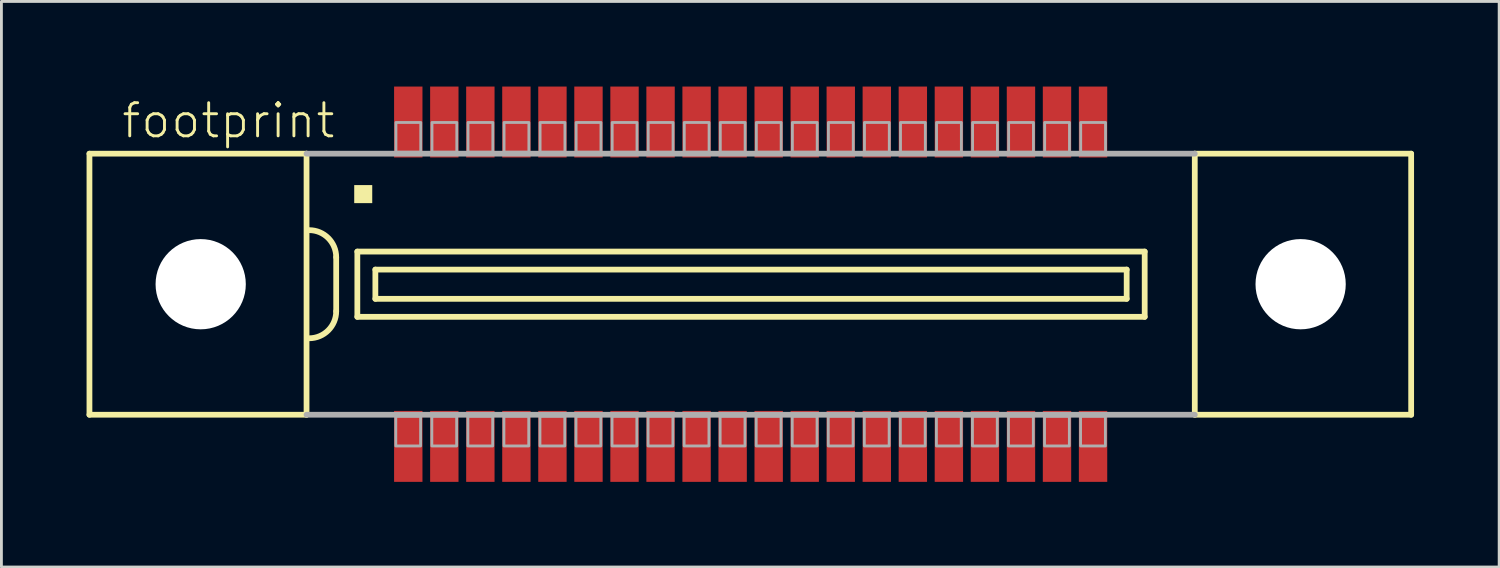
<source format=kicad_pcb>
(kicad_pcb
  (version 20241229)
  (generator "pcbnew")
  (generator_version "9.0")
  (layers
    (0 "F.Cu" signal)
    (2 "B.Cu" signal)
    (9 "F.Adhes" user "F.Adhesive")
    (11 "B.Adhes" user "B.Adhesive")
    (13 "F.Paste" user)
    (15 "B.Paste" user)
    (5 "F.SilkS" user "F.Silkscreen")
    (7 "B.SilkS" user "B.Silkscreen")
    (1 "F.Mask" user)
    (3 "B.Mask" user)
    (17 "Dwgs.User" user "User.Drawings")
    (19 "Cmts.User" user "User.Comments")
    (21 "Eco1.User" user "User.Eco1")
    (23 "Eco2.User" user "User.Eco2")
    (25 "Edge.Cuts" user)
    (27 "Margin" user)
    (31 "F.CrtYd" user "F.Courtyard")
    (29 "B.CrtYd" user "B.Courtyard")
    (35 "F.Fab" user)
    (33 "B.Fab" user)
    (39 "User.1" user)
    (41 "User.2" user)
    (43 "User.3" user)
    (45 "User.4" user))
  (footprint "footprint"
    (layer "F.Cu")
    (at 23.402 6.965)
    (property "Reference" "footprint" (at -22.225 -5.08 0) (layer "F.SilkS") (effects (font (size 1.168 1.168) (thickness 0.102)) (justify left bottom)))
    (fp_line (start -23.3 -4.6) (end -23.3 4.6) (stroke (width 0.203) (type solid)) (layer "F.SilkS"))
    (fp_line (start -23.3 4.6) (end -15.65 4.6) (stroke (width 0.203) (type solid)) (layer "F.SilkS"))
    (fp_line (start -15.65 -4.6) (end -23.3 -4.6) (stroke (width 0.203) (type solid)) (layer "F.SilkS"))
    (fp_line (start -15.65 -4.6) (end -15.65 4.6) (stroke (width 0.203) (type solid)) (layer "F.SilkS"))
    (fp_line (start -14.605 -0.953) (end -14.605 0.953) (stroke (width 0.203) (type solid)) (layer "F.SilkS"))
    (fp_line (start -13.86 -1.15) (end -13.86 1.15) (stroke (width 0.203) (type solid)) (layer "F.SilkS"))
    (fp_line (start -13.86 1.15) (end 13.885 1.15) (stroke (width 0.203) (type solid)) (layer "F.SilkS"))
    (fp_line (start -13.225 -0.515) (end -13.225 0.515) (stroke (width 0.203) (type solid)) (layer "F.SilkS"))
    (fp_line (start -13.225 0.515) (end 13.25 0.515) (stroke (width 0.203) (type solid)) (layer "F.SilkS"))
    (fp_line (start 13.25 -0.515) (end -13.225 -0.515) (stroke (width 0.203) (type solid)) (layer "F.SilkS"))
    (fp_line (start 13.25 0.515) (end 13.25 -0.515) (stroke (width 0.203) (type solid)) (layer "F.SilkS"))
    (fp_line (start 13.885 -1.15) (end -13.86 -1.15) (stroke (width 0.203) (type solid)) (layer "F.SilkS"))
    (fp_line (start 13.885 1.15) (end 13.885 -1.15) (stroke (width 0.203) (type solid)) (layer "F.SilkS"))
    (fp_line (start 15.65 4.6) (end 15.65 -4.6) (stroke (width 0.203) (type solid)) (layer "F.SilkS"))
    (fp_line (start 15.65 4.6) (end 23.275 4.6) (stroke (width 0.203) (type solid)) (layer "F.SilkS"))
    (fp_line (start 23.275 -4.6) (end 15.65 -4.6) (stroke (width 0.203) (type solid)) (layer "F.SilkS"))
    (fp_line (start 23.275 4.6) (end 23.275 -4.6) (stroke (width 0.203) (type solid)) (layer "F.SilkS"))
    (fp_arc (start -15.5575 -1.905) (mid -14.883981 -1.626019) (end -14.605 -0.9525) (stroke (width 0.2032) (type solid)) (layer "F.SilkS"))
    (fp_arc (start -14.605 0.9525) (mid -14.88401 1.625989) (end -15.557499 1.904999) (stroke (width 0.2032) (type solid)) (layer "F.SilkS"))
    (fp_poly (pts (xy -13.97 -2.857) (xy -13.335 -2.857) (xy -13.335 -3.493) (xy -13.97 -3.493)) (stroke (width 0) (type solid)) (fill yes) (layer "F.SilkS"))
    (fp_line (start -15.65 4.6) (end 15.65 4.6) (stroke (width 0.203) (type solid)) (layer "F.Fab"))
    (fp_line (start 15.65 -4.6) (end -15.65 -4.6) (stroke (width 0.203) (type solid)) (layer "F.Fab"))
    (fp_poly (pts (xy -12.5 -4.65) (xy -11.625 -4.65) (xy -11.625 -5.7) (xy -12.5 -5.7)) (stroke (width 0.1) (type solid)) (fill no) (layer "F.Fab"))
    (fp_poly (pts (xy -11.63 4.65) (xy -12.505 4.65) (xy -12.505 5.7) (xy -11.63 5.7)) (stroke (width 0.1) (type solid)) (fill no) (layer "F.Fab"))
    (fp_poly (pts (xy -11.23 -4.65) (xy -10.355 -4.65) (xy -10.355 -5.7) (xy -11.23 -5.7)) (stroke (width 0.1) (type solid)) (fill no) (layer "F.Fab"))
    (fp_poly (pts (xy -10.36 4.65) (xy -11.235 4.65) (xy -11.235 5.7) (xy -10.36 5.7)) (stroke (width 0.1) (type solid)) (fill no) (layer "F.Fab"))
    (fp_poly (pts (xy -9.96 -4.65) (xy -9.085 -4.65) (xy -9.085 -5.7) (xy -9.96 -5.7)) (stroke (width 0.1) (type solid)) (fill no) (layer "F.Fab"))
    (fp_poly (pts (xy -9.09 4.65) (xy -9.965 4.65) (xy -9.965 5.7) (xy -9.09 5.7)) (stroke (width 0.1) (type solid)) (fill no) (layer "F.Fab"))
    (fp_poly (pts (xy -8.69 -4.65) (xy -7.815 -4.65) (xy -7.815 -5.7) (xy -8.69 -5.7)) (stroke (width 0.1) (type solid)) (fill no) (layer "F.Fab"))
    (fp_poly (pts (xy -7.82 4.65) (xy -8.695 4.65) (xy -8.695 5.7) (xy -7.82 5.7)) (stroke (width 0.1) (type solid)) (fill no) (layer "F.Fab"))
    (fp_poly (pts (xy -7.42 -4.65) (xy -6.545 -4.65) (xy -6.545 -5.7) (xy -7.42 -5.7)) (stroke (width 0.1) (type solid)) (fill no) (layer "F.Fab"))
    (fp_poly (pts (xy -6.55 4.65) (xy -7.425 4.65) (xy -7.425 5.7) (xy -6.55 5.7)) (stroke (width 0.1) (type solid)) (fill no) (layer "F.Fab"))
    (fp_poly (pts (xy -6.15 -4.65) (xy -5.275 -4.65) (xy -5.275 -5.7) (xy -6.15 -5.7)) (stroke (width 0.1) (type solid)) (fill no) (layer "F.Fab"))
    (fp_poly (pts (xy -5.28 4.65) (xy -6.155 4.65) (xy -6.155 5.7) (xy -5.28 5.7)) (stroke (width 0.1) (type solid)) (fill no) (layer "F.Fab"))
    (fp_poly (pts (xy -4.88 -4.65) (xy -4.005 -4.65) (xy -4.005 -5.7) (xy -4.88 -5.7)) (stroke (width 0.1) (type solid)) (fill no) (layer "F.Fab"))
    (fp_poly (pts (xy -4.01 4.65) (xy -4.885 4.65) (xy -4.885 5.7) (xy -4.01 5.7)) (stroke (width 0.1) (type solid)) (fill no) (layer "F.Fab"))
    (fp_poly (pts (xy -3.61 -4.65) (xy -2.735 -4.65) (xy -2.735 -5.7) (xy -3.61 -5.7)) (stroke (width 0.1) (type solid)) (fill no) (layer "F.Fab"))
    (fp_poly (pts (xy -2.74 4.65) (xy -3.615 4.65) (xy -3.615 5.7) (xy -2.74 5.7)) (stroke (width 0.1) (type solid)) (fill no) (layer "F.Fab"))
    (fp_poly (pts (xy -2.34 -4.65) (xy -1.465 -4.65) (xy -1.465 -5.7) (xy -2.34 -5.7)) (stroke (width 0.1) (type solid)) (fill no) (layer "F.Fab"))
    (fp_poly (pts (xy -1.47 4.65) (xy -2.345 4.65) (xy -2.345 5.7) (xy -1.47 5.7)) (stroke (width 0.1) (type solid)) (fill no) (layer "F.Fab"))
    (fp_poly (pts (xy -1.07 -4.65) (xy -0.195 -4.65) (xy -0.195 -5.7) (xy -1.07 -5.7)) (stroke (width 0.1) (type solid)) (fill no) (layer "F.Fab"))
    (fp_poly (pts (xy -0.2 4.65) (xy -1.075 4.65) (xy -1.075 5.7) (xy -0.2 5.7)) (stroke (width 0.1) (type solid)) (fill no) (layer "F.Fab"))
    (fp_poly (pts (xy 0.2 -4.65) (xy 1.075 -4.65) (xy 1.075 -5.7) (xy 0.2 -5.7)) (stroke (width 0.1) (type solid)) (fill no) (layer "F.Fab"))
    (fp_poly (pts (xy 1.07 4.65) (xy 0.195 4.65) (xy 0.195 5.7) (xy 1.07 5.7)) (stroke (width 0.1) (type solid)) (fill no) (layer "F.Fab"))
    (fp_poly (pts (xy 1.47 -4.65) (xy 2.345 -4.65) (xy 2.345 -5.7) (xy 1.47 -5.7)) (stroke (width 0.1) (type solid)) (fill no) (layer "F.Fab"))
    (fp_poly (pts (xy 2.34 4.65) (xy 1.465 4.65) (xy 1.465 5.7) (xy 2.34 5.7)) (stroke (width 0.1) (type solid)) (fill no) (layer "F.Fab"))
    (fp_poly (pts (xy 2.74 -4.65) (xy 3.615 -4.65) (xy 3.615 -5.7) (xy 2.74 -5.7)) (stroke (width 0.1) (type solid)) (fill no) (layer "F.Fab"))
    (fp_poly (pts (xy 3.61 4.65) (xy 2.735 4.65) (xy 2.735 5.7) (xy 3.61 5.7)) (stroke (width 0.1) (type solid)) (fill no) (layer "F.Fab"))
    (fp_poly (pts (xy 4.01 -4.65) (xy 4.885 -4.65) (xy 4.885 -5.7) (xy 4.01 -5.7)) (stroke (width 0.1) (type solid)) (fill no) (layer "F.Fab"))
    (fp_poly (pts (xy 4.88 4.65) (xy 4.005 4.65) (xy 4.005 5.7) (xy 4.88 5.7)) (stroke (width 0.1) (type solid)) (fill no) (layer "F.Fab"))
    (fp_poly (pts (xy 5.28 -4.65) (xy 6.155 -4.65) (xy 6.155 -5.7) (xy 5.28 -5.7)) (stroke (width 0.1) (type solid)) (fill no) (layer "F.Fab"))
    (fp_poly (pts (xy 6.15 4.65) (xy 5.275 4.65) (xy 5.275 5.7) (xy 6.15 5.7)) (stroke (width 0.1) (type solid)) (fill no) (layer "F.Fab"))
    (fp_poly (pts (xy 6.55 -4.65) (xy 7.425 -4.65) (xy 7.425 -5.7) (xy 6.55 -5.7)) (stroke (width 0.1) (type solid)) (fill no) (layer "F.Fab"))
    (fp_poly (pts (xy 7.42 4.65) (xy 6.545 4.65) (xy 6.545 5.7) (xy 7.42 5.7)) (stroke (width 0.1) (type solid)) (fill no) (layer "F.Fab"))
    (fp_poly (pts (xy 7.82 -4.65) (xy 8.695 -4.65) (xy 8.695 -5.7) (xy 7.82 -5.7)) (stroke (width 0.1) (type solid)) (fill no) (layer "F.Fab"))
    (fp_poly (pts (xy 8.69 4.65) (xy 7.815 4.65) (xy 7.815 5.7) (xy 8.69 5.7)) (stroke (width 0.1) (type solid)) (fill no) (layer "F.Fab"))
    (fp_poly (pts (xy 9.09 -4.65) (xy 9.965 -4.65) (xy 9.965 -5.7) (xy 9.09 -5.7)) (stroke (width 0.1) (type solid)) (fill no) (layer "F.Fab"))
    (fp_poly (pts (xy 9.96 4.65) (xy 9.085 4.65) (xy 9.085 5.7) (xy 9.96 5.7)) (stroke (width 0.1) (type solid)) (fill no) (layer "F.Fab"))
    (fp_poly (pts (xy 10.36 -4.65) (xy 11.235 -4.65) (xy 11.235 -5.7) (xy 10.36 -5.7)) (stroke (width 0.1) (type solid)) (fill no) (layer "F.Fab"))
    (fp_poly (pts (xy 11.23 4.65) (xy 10.355 4.65) (xy 10.355 5.7) (xy 11.23 5.7)) (stroke (width 0.1) (type solid)) (fill no) (layer "F.Fab"))
    (fp_poly (pts (xy 11.63 -4.65) (xy 12.505 -4.65) (xy 12.505 -5.7) (xy 11.63 -5.7)) (stroke (width 0.1) (type solid)) (fill no) (layer "F.Fab"))
    (fp_poly (pts (xy 12.5 4.65) (xy 11.625 4.65) (xy 11.625 5.7) (xy 12.5 5.7)) (stroke (width 0.1) (type solid)) (fill no) (layer "F.Fab"))
    (pad "" np_thru_hole circle (at -19.38 0) (size 3.18 3.18) (drill 3.18) (layers "*.Cu" "*.Mask"))
    (pad "" np_thru_hole circle (at 19.38 0) (size 3.18 3.18) (drill 3.18) (layers "*.Cu" "*.Mask"))
    (pad "1" smd rect (at -12.065 -5.715) (size 1 2.5) (layers "F.Cu" "F.Mask" "F.Paste"))
    (pad "2" smd rect (at -10.795 -5.715) (size 1 2.5) (layers "F.Cu" "F.Mask" "F.Paste"))
    (pad "3" smd rect (at -9.525 -5.715) (size 1 2.5) (layers "F.Cu" "F.Mask" "F.Paste"))
    (pad "4" smd rect (at -8.255 -5.715) (size 1 2.5) (layers "F.Cu" "F.Mask" "F.Paste"))
    (pad "5" smd rect (at -6.985 -5.715) (size 1 2.5) (layers "F.Cu" "F.Mask" "F.Paste"))
    (pad "6" smd rect (at -5.715 -5.715) (size 1 2.5) (layers "F.Cu" "F.Mask" "F.Paste"))
    (pad "7" smd rect (at -4.445 -5.715) (size 1 2.5) (layers "F.Cu" "F.Mask" "F.Paste"))
    (pad "8" smd rect (at -3.175 -5.715) (size 1 2.5) (layers "F.Cu" "F.Mask" "F.Paste"))
    (pad "9" smd rect (at -1.905 -5.715) (size 1 2.5) (layers "F.Cu" "F.Mask" "F.Paste"))
    (pad "10" smd rect (at -0.635 -5.715) (size 1 2.5) (layers "F.Cu" "F.Mask" "F.Paste"))
    (pad "11" smd rect (at 0.635 -5.715 180) (size 1 2.5) (layers "F.Cu" "F.Mask" "F.Paste"))
    (pad "12" smd rect (at 1.905 -5.715 180) (size 1 2.5) (layers "F.Cu" "F.Mask" "F.Paste"))
    (pad "13" smd rect (at 3.175 -5.715 180) (size 1 2.5) (layers "F.Cu" "F.Mask" "F.Paste"))
    (pad "14" smd rect (at 4.445 -5.715 180) (size 1 2.5) (layers "F.Cu" "F.Mask" "F.Paste"))
    (pad "15" smd rect (at 5.715 -5.715 180) (size 1 2.5) (layers "F.Cu" "F.Mask" "F.Paste"))
    (pad "16" smd rect (at 6.985 -5.715 180) (size 1 2.5) (layers "F.Cu" "F.Mask" "F.Paste"))
    (pad "17" smd rect (at 8.255 -5.715 180) (size 1 2.5) (layers "F.Cu" "F.Mask" "F.Paste"))
    (pad "18" smd rect (at 9.525 -5.715 180) (size 1 2.5) (layers "F.Cu" "F.Mask" "F.Paste"))
    (pad "19" smd rect (at 10.795 -5.715 180) (size 1 2.5) (layers "F.Cu" "F.Mask" "F.Paste"))
    (pad "20" smd rect (at 12.065 -5.715 180) (size 1 2.5) (layers "F.Cu" "F.Mask" "F.Paste"))
    (pad "21" smd rect (at -12.065 5.715) (size 1 2.5) (layers "F.Cu" "F.Mask" "F.Paste"))
    (pad "22" smd rect (at -10.795 5.715) (size 1 2.5) (layers "F.Cu" "F.Mask" "F.Paste"))
    (pad "23" smd rect (at -9.525 5.715) (size 1 2.5) (layers "F.Cu" "F.Mask" "F.Paste"))
    (pad "24" smd rect (at -8.255 5.715) (size 1 2.5) (layers "F.Cu" "F.Mask" "F.Paste"))
    (pad "25" smd rect (at -6.985 5.715) (size 1 2.5) (layers "F.Cu" "F.Mask" "F.Paste"))
    (pad "26" smd rect (at -5.715 5.715) (size 1 2.5) (layers "F.Cu" "F.Mask" "F.Paste"))
    (pad "27" smd rect (at -4.445 5.715) (size 1 2.5) (layers "F.Cu" "F.Mask" "F.Paste"))
    (pad "28" smd rect (at -3.175 5.715) (size 1 2.5) (layers "F.Cu" "F.Mask" "F.Paste"))
    (pad "29" smd rect (at -1.905 5.715) (size 1 2.5) (layers "F.Cu" "F.Mask" "F.Paste"))
    (pad "30" smd rect (at -0.635 5.715) (size 1 2.5) (layers "F.Cu" "F.Mask" "F.Paste"))
    (pad "31" smd rect (at 0.635 5.715) (size 1 2.5) (layers "F.Cu" "F.Mask" "F.Paste"))
    (pad "32" smd rect (at 1.905 5.715) (size 1 2.5) (layers "F.Cu" "F.Mask" "F.Paste"))
    (pad "33" smd rect (at 3.175 5.715) (size 1 2.5) (layers "F.Cu" "F.Mask" "F.Paste"))
    (pad "34" smd rect (at 4.445 5.715) (size 1 2.5) (layers "F.Cu" "F.Mask" "F.Paste"))
    (pad "35" smd rect (at 5.715 5.715) (size 1 2.5) (layers "F.Cu" "F.Mask" "F.Paste"))
    (pad "36" smd rect (at 6.985 5.715) (size 1 2.5) (layers "F.Cu" "F.Mask" "F.Paste"))
    (pad "37" smd rect (at 8.255 5.715) (size 1 2.5) (layers "F.Cu" "F.Mask" "F.Paste"))
    (pad "38" smd rect (at 9.525 5.715) (size 1 2.5) (layers "F.Cu" "F.Mask" "F.Paste"))
    (pad "39" smd rect (at 10.795 5.715) (size 1 2.5) (layers "F.Cu" "F.Mask" "F.Paste"))
    (pad "40" smd rect (at 12.065 5.715) (size 1 2.5) (layers "F.Cu" "F.Mask" "F.Paste")))
  (gr_rect
    (start -3 -3)
    (end 49.778 16.93)
    (stroke (width 0.1) (type default))
    (fill no)
    (layer "Edge.Cuts")))
</source>
